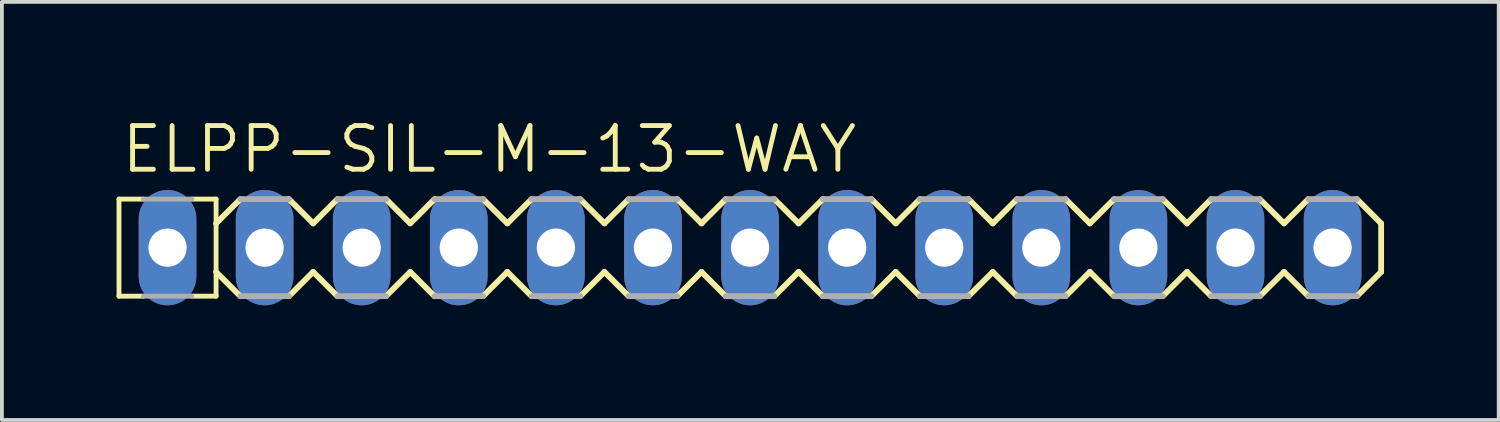
<source format=kicad_pcb>
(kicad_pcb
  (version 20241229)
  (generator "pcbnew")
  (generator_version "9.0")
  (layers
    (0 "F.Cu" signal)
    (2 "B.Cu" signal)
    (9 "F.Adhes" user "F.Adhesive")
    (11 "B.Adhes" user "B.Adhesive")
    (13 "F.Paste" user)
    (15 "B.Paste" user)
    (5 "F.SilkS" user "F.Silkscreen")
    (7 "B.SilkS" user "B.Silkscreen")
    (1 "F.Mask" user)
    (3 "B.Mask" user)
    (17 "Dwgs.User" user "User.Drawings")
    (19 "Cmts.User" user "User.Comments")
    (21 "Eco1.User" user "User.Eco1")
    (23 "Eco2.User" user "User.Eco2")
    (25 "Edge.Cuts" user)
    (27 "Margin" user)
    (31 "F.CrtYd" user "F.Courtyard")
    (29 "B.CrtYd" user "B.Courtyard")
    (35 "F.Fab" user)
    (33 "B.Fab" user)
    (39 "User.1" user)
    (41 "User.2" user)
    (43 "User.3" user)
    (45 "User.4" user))
  (footprint "ELPP-SIL-M-13-WAY"
    (layer "F.Cu")
    (at 6.413 3.429)
    (property "Reference" "ELPP-SIL-M-13-WAY" (at -6.35 -1.905 0) (unlocked yes) (layer "F.SilkS") (effects (font (size 1.143 1.143) (thickness 0.127)) (justify left bottom)))
    (fp_line (start -6.35 -1.27) (end -6.35 1.27) (stroke (width 0.127) (type solid)) (layer "F.SilkS"))
    (fp_line (start -6.35 -1.27) (end -5.715 -1.27) (stroke (width 0.127) (type solid)) (layer "F.SilkS"))
    (fp_line (start -6.35 1.27) (end -5.715 1.27) (stroke (width 0.127) (type solid)) (layer "F.SilkS"))
    (fp_line (start -3.81 -1.27) (end -4.445 -1.27) (stroke (width 0.127) (type solid)) (layer "F.SilkS"))
    (fp_line (start -3.81 -1.27) (end -3.81 1.27) (stroke (width 0.127) (type solid)) (layer "F.SilkS"))
    (fp_line (start -3.81 -0.635) (end -3.175 -1.27) (stroke (width 0.152) (type solid)) (layer "F.SilkS"))
    (fp_line (start -3.81 1.27) (end -4.445 1.27) (stroke (width 0.127) (type solid)) (layer "F.SilkS"))
    (fp_line (start -3.175 1.27) (end -3.81 0.635) (stroke (width 0.152) (type solid)) (layer "F.SilkS"))
    (fp_line (start -1.905 -1.27) (end -1.27 -0.635) (stroke (width 0.152) (type solid)) (layer "F.SilkS"))
    (fp_line (start -1.27 -0.635) (end -0.635 -1.27) (stroke (width 0.152) (type solid)) (layer "F.SilkS"))
    (fp_line (start -1.27 0.635) (end -1.905 1.27) (stroke (width 0.152) (type solid)) (layer "F.SilkS"))
    (fp_line (start -0.635 1.27) (end -1.27 0.635) (stroke (width 0.152) (type solid)) (layer "F.SilkS"))
    (fp_line (start 0.635 -1.27) (end 1.27 -0.635) (stroke (width 0.152) (type solid)) (layer "F.SilkS"))
    (fp_line (start 1.27 0.635) (end 0.635 1.27) (stroke (width 0.152) (type solid)) (layer "F.SilkS"))
    (fp_line (start 1.27 0.635) (end 1.905 1.27) (stroke (width 0.152) (type solid)) (layer "F.SilkS"))
    (fp_line (start 1.905 -1.27) (end 1.27 -0.635) (stroke (width 0.152) (type solid)) (layer "F.SilkS"))
    (fp_line (start 3.175 -1.27) (end 3.81 -0.635) (stroke (width 0.152) (type solid)) (layer "F.SilkS"))
    (fp_line (start 3.81 -0.635) (end 4.445 -1.27) (stroke (width 0.152) (type solid)) (layer "F.SilkS"))
    (fp_line (start 3.81 0.635) (end 3.175 1.27) (stroke (width 0.152) (type solid)) (layer "F.SilkS"))
    (fp_line (start 4.445 1.27) (end 3.81 0.635) (stroke (width 0.152) (type solid)) (layer "F.SilkS"))
    (fp_line (start 5.715 -1.27) (end 6.35 -0.635) (stroke (width 0.152) (type solid)) (layer "F.SilkS"))
    (fp_line (start 6.35 -0.635) (end 6.985 -1.27) (stroke (width 0.152) (type solid)) (layer "F.SilkS"))
    (fp_line (start 6.35 0.635) (end 5.715 1.27) (stroke (width 0.152) (type solid)) (layer "F.SilkS"))
    (fp_line (start 6.985 1.27) (end 6.35 0.635) (stroke (width 0.152) (type solid)) (layer "F.SilkS"))
    (fp_line (start 8.255 -1.27) (end 8.89 -0.635) (stroke (width 0.152) (type solid)) (layer "F.SilkS"))
    (fp_line (start 8.89 -0.635) (end 9.525 -1.27) (stroke (width 0.152) (type solid)) (layer "F.SilkS"))
    (fp_line (start 8.89 0.635) (end 8.255 1.27) (stroke (width 0.152) (type solid)) (layer "F.SilkS"))
    (fp_line (start 9.525 1.27) (end 8.89 0.635) (stroke (width 0.152) (type solid)) (layer "F.SilkS"))
    (fp_line (start 10.795 -1.27) (end 11.43 -0.635) (stroke (width 0.152) (type solid)) (layer "F.SilkS"))
    (fp_line (start 11.43 -0.635) (end 12.065 -1.27) (stroke (width 0.152) (type solid)) (layer "F.SilkS"))
    (fp_line (start 11.43 0.635) (end 10.795 1.27) (stroke (width 0.152) (type solid)) (layer "F.SilkS"))
    (fp_line (start 12.065 1.27) (end 11.43 0.635) (stroke (width 0.152) (type solid)) (layer "F.SilkS"))
    (fp_line (start 13.335 -1.27) (end 13.97 -0.635) (stroke (width 0.152) (type solid)) (layer "F.SilkS"))
    (fp_line (start 13.97 -0.635) (end 14.605 -1.27) (stroke (width 0.152) (type solid)) (layer "F.SilkS"))
    (fp_line (start 13.97 0.635) (end 13.335 1.27) (stroke (width 0.152) (type solid)) (layer "F.SilkS"))
    (fp_line (start 14.605 1.27) (end 13.97 0.635) (stroke (width 0.152) (type solid)) (layer "F.SilkS"))
    (fp_line (start 15.875 -1.27) (end 16.51 -0.635) (stroke (width 0.152) (type solid)) (layer "F.SilkS"))
    (fp_line (start 16.51 -0.635) (end 17.145 -1.27) (stroke (width 0.152) (type solid)) (layer "F.SilkS"))
    (fp_line (start 16.51 0.635) (end 15.875 1.27) (stroke (width 0.152) (type solid)) (layer "F.SilkS"))
    (fp_line (start 17.145 1.27) (end 16.51 0.635) (stroke (width 0.152) (type solid)) (layer "F.SilkS"))
    (fp_line (start 18.415 -1.27) (end 19.05 -0.635) (stroke (width 0.152) (type solid)) (layer "F.SilkS"))
    (fp_line (start 19.05 -0.635) (end 19.685 -1.27) (stroke (width 0.152) (type solid)) (layer "F.SilkS"))
    (fp_line (start 19.05 0.635) (end 18.415 1.27) (stroke (width 0.152) (type solid)) (layer "F.SilkS"))
    (fp_line (start 19.685 1.27) (end 19.05 0.635) (stroke (width 0.152) (type solid)) (layer "F.SilkS"))
    (fp_line (start 20.955 -1.27) (end 21.59 -0.635) (stroke (width 0.152) (type solid)) (layer "F.SilkS"))
    (fp_line (start 21.59 -0.635) (end 22.225 -1.27) (stroke (width 0.152) (type solid)) (layer "F.SilkS"))
    (fp_line (start 21.59 0.635) (end 20.955 1.27) (stroke (width 0.152) (type solid)) (layer "F.SilkS"))
    (fp_line (start 22.225 1.27) (end 21.59 0.635) (stroke (width 0.152) (type solid)) (layer "F.SilkS"))
    (fp_line (start 23.495 -1.27) (end 24.13 -0.635) (stroke (width 0.152) (type solid)) (layer "F.SilkS"))
    (fp_line (start 24.13 -0.635) (end 24.765 -1.27) (stroke (width 0.152) (type solid)) (layer "F.SilkS"))
    (fp_line (start 24.13 0.635) (end 23.495 1.27) (stroke (width 0.152) (type solid)) (layer "F.SilkS"))
    (fp_line (start 24.765 1.27) (end 24.13 0.635) (stroke (width 0.152) (type solid)) (layer "F.SilkS"))
    (fp_line (start 26.035 -1.27) (end 26.67 -0.635) (stroke (width 0.152) (type solid)) (layer "F.SilkS"))
    (fp_line (start 26.67 -0.635) (end 26.67 0.635) (stroke (width 0.152) (type solid)) (layer "F.SilkS"))
    (fp_line (start 26.67 0.635) (end 26.035 1.27) (stroke (width 0.152) (type solid)) (layer "F.SilkS"))
    (fp_line (start -5.715 -1.27) (end -4.445 -1.27) (stroke (width 0.127) (type solid)) (layer "F.Fab"))
    (fp_line (start -5.715 1.27) (end -4.445 1.27) (stroke (width 0.127) (type solid)) (layer "F.Fab"))
    (fp_line (start -3.175 -1.27) (end -1.905 -1.27) (stroke (width 0.152) (type solid)) (layer "F.Fab"))
    (fp_line (start -1.905 1.27) (end -3.175 1.27) (stroke (width 0.152) (type solid)) (layer "F.Fab"))
    (fp_line (start -0.635 -1.27) (end 0.635 -1.27) (stroke (width 0.152) (type solid)) (layer "F.Fab"))
    (fp_line (start 0.635 1.27) (end -0.635 1.27) (stroke (width 0.152) (type solid)) (layer "F.Fab"))
    (fp_line (start 1.905 -1.27) (end 3.175 -1.27) (stroke (width 0.152) (type solid)) (layer "F.Fab"))
    (fp_line (start 3.175 1.27) (end 1.905 1.27) (stroke (width 0.152) (type solid)) (layer "F.Fab"))
    (fp_line (start 4.445 -1.27) (end 5.715 -1.27) (stroke (width 0.152) (type solid)) (layer "F.Fab"))
    (fp_line (start 5.715 1.27) (end 4.445 1.27) (stroke (width 0.152) (type solid)) (layer "F.Fab"))
    (fp_line (start 6.985 -1.27) (end 8.255 -1.27) (stroke (width 0.152) (type solid)) (layer "F.Fab"))
    (fp_line (start 8.255 1.27) (end 6.985 1.27) (stroke (width 0.152) (type solid)) (layer "F.Fab"))
    (fp_line (start 9.525 -1.27) (end 10.795 -1.27) (stroke (width 0.152) (type solid)) (layer "F.Fab"))
    (fp_line (start 10.795 1.27) (end 9.525 1.27) (stroke (width 0.152) (type solid)) (layer "F.Fab"))
    (fp_line (start 12.065 -1.27) (end 13.335 -1.27) (stroke (width 0.152) (type solid)) (layer "F.Fab"))
    (fp_line (start 13.335 1.27) (end 12.065 1.27) (stroke (width 0.152) (type solid)) (layer "F.Fab"))
    (fp_line (start 14.605 -1.27) (end 15.875 -1.27) (stroke (width 0.152) (type solid)) (layer "F.Fab"))
    (fp_line (start 15.875 1.27) (end 14.605 1.27) (stroke (width 0.152) (type solid)) (layer "F.Fab"))
    (fp_line (start 17.145 -1.27) (end 18.415 -1.27) (stroke (width 0.152) (type solid)) (layer "F.Fab"))
    (fp_line (start 18.415 1.27) (end 17.145 1.27) (stroke (width 0.152) (type solid)) (layer "F.Fab"))
    (fp_line (start 19.685 -1.27) (end 20.955 -1.27) (stroke (width 0.152) (type solid)) (layer "F.Fab"))
    (fp_line (start 20.955 1.27) (end 19.685 1.27) (stroke (width 0.152) (type solid)) (layer "F.Fab"))
    (fp_line (start 22.225 -1.27) (end 23.495 -1.27) (stroke (width 0.152) (type solid)) (layer "F.Fab"))
    (fp_line (start 23.495 1.27) (end 22.225 1.27) (stroke (width 0.152) (type solid)) (layer "F.Fab"))
    (fp_line (start 24.765 -1.27) (end 26.035 -1.27) (stroke (width 0.152) (type solid)) (layer "F.Fab"))
    (fp_line (start 26.035 1.27) (end 24.765 1.27) (stroke (width 0.152) (type solid)) (layer "F.Fab"))
    (fp_poly (pts (xy -5.334 0.254) (xy -4.826 0.254) (xy -4.826 -0.254) (xy -5.334 -0.254)) (stroke (width 0.1) (type default)) (fill no) (layer "F.Fab"))
    (fp_poly (pts (xy -2.794 0.254) (xy -2.286 0.254) (xy -2.286 -0.254) (xy -2.794 -0.254)) (stroke (width 0.1) (type default)) (fill no) (layer "F.Fab"))
    (fp_poly (pts (xy -0.254 0.254) (xy 0.254 0.254) (xy 0.254 -0.254) (xy -0.254 -0.254)) (stroke (width 0.1) (type default)) (fill no) (layer "F.Fab"))
    (fp_poly (pts (xy 2.286 0.254) (xy 2.794 0.254) (xy 2.794 -0.254) (xy 2.286 -0.254)) (stroke (width 0.1) (type default)) (fill no) (layer "F.Fab"))
    (fp_poly (pts (xy 4.826 0.254) (xy 5.334 0.254) (xy 5.334 -0.254) (xy 4.826 -0.254)) (stroke (width 0.1) (type default)) (fill no) (layer "F.Fab"))
    (fp_poly (pts (xy 7.366 0.254) (xy 7.874 0.254) (xy 7.874 -0.254) (xy 7.366 -0.254)) (stroke (width 0.1) (type default)) (fill no) (layer "F.Fab"))
    (fp_poly (pts (xy 9.906 0.254) (xy 10.414 0.254) (xy 10.414 -0.254) (xy 9.906 -0.254)) (stroke (width 0.1) (type default)) (fill no) (layer "F.Fab"))
    (fp_poly (pts (xy 12.446 0.254) (xy 12.954 0.254) (xy 12.954 -0.254) (xy 12.446 -0.254)) (stroke (width 0.1) (type default)) (fill no) (layer "F.Fab"))
    (fp_poly (pts (xy 14.986 0.254) (xy 15.494 0.254) (xy 15.494 -0.254) (xy 14.986 -0.254)) (stroke (width 0.1) (type default)) (fill no) (layer "F.Fab"))
    (fp_poly (pts (xy 17.526 0.254) (xy 18.034 0.254) (xy 18.034 -0.254) (xy 17.526 -0.254)) (stroke (width 0.1) (type default)) (fill no) (layer "F.Fab"))
    (fp_poly (pts (xy 20.066 0.254) (xy 20.574 0.254) (xy 20.574 -0.254) (xy 20.066 -0.254)) (stroke (width 0.1) (type default)) (fill no) (layer "F.Fab"))
    (fp_poly (pts (xy 22.606 0.254) (xy 23.114 0.254) (xy 23.114 -0.254) (xy 22.606 -0.254)) (stroke (width 0.1) (type default)) (fill no) (layer "F.Fab"))
    (fp_poly (pts (xy 25.146 0.254) (xy 25.654 0.254) (xy 25.654 -0.254) (xy 25.146 -0.254)) (stroke (width 0.1) (type default)) (fill no) (layer "F.Fab"))
    (pad "1" thru_hole oval (at -5.08 0 90) (size 3.016 1.508) (drill 1) (layers "*.Cu" "*.Mask"))
    (pad "2" thru_hole oval (at -2.54 0 90) (size 3.016 1.508) (drill 1) (layers "*.Cu" "*.Mask"))
    (pad "3" thru_hole oval (at 0 0 90) (size 3.016 1.508) (drill 1) (layers "*.Cu" "*.Mask"))
    (pad "4" thru_hole oval (at 2.54 0 90) (size 3.016 1.508) (drill 1) (layers "*.Cu" "*.Mask"))
    (pad "5" thru_hole oval (at 5.08 0 90) (size 3.016 1.508) (drill 1) (layers "*.Cu" "*.Mask"))
    (pad "6" thru_hole oval (at 7.62 0 90) (size 3.016 1.508) (drill 1) (layers "*.Cu" "*.Mask"))
    (pad "7" thru_hole oval (at 10.16 0 90) (size 3.016 1.508) (drill 1) (layers "*.Cu" "*.Mask"))
    (pad "8" thru_hole oval (at 12.7 0 90) (size 3.016 1.508) (drill 1) (layers "*.Cu" "*.Mask"))
    (pad "9" thru_hole oval (at 15.24 0 90) (size 3.016 1.508) (drill 1) (layers "*.Cu" "*.Mask"))
    (pad "10" thru_hole oval (at 17.78 0 90) (size 3.016 1.508) (drill 1) (layers "*.Cu" "*.Mask"))
    (pad "11" thru_hole oval (at 20.32 0 90) (size 3.016 1.508) (drill 1) (layers "*.Cu" "*.Mask"))
    (pad "12" thru_hole oval (at 22.86 0 90) (size 3.016 1.508) (drill 1) (layers "*.Cu" "*.Mask"))
    (pad "13" thru_hole oval (at 25.4 0 90) (size 3.016 1.508) (drill 1) (layers "*.Cu" "*.Mask")))
  (gr_rect
    (start -3 -3)
    (end 36.16 7.937)
    (stroke (width 0.1) (type default))
    (fill no)
    (layer "Edge.Cuts")))
</source>
